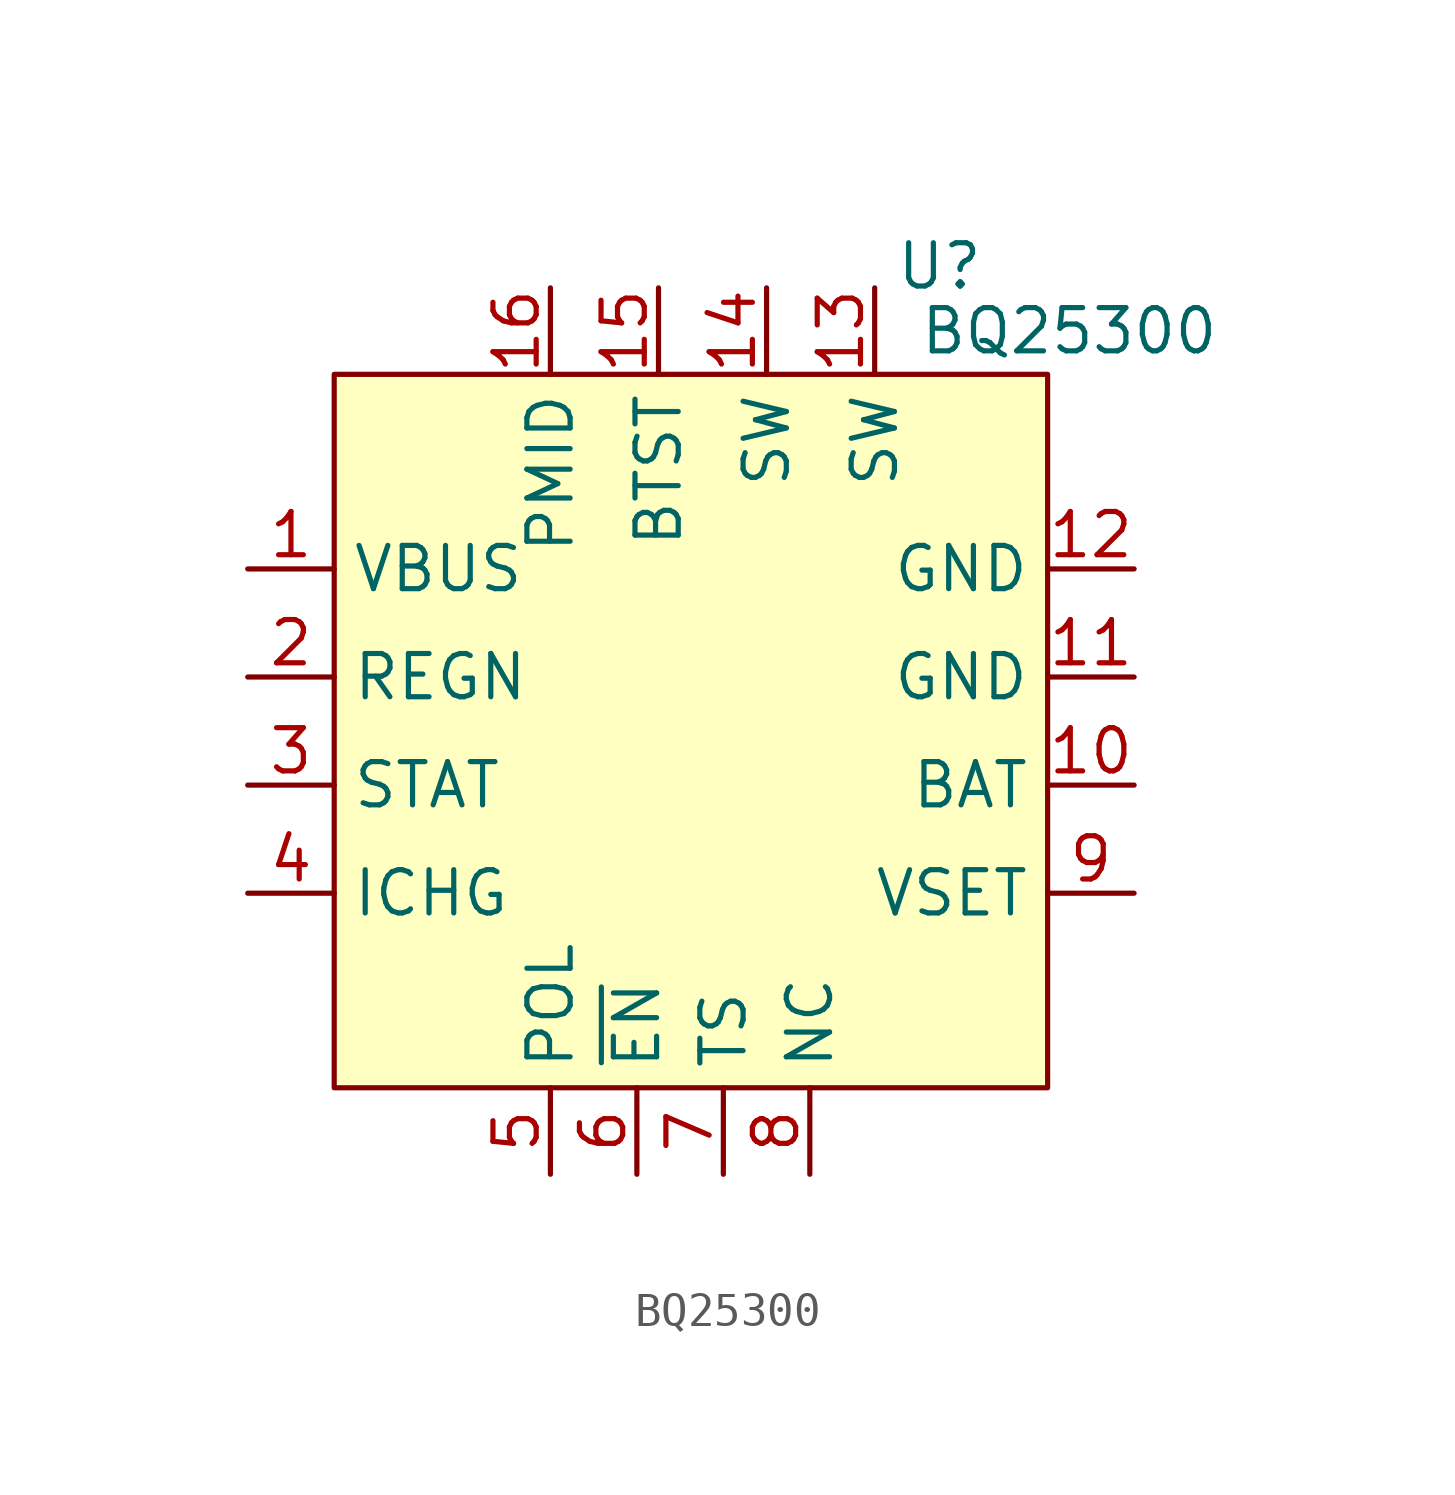
<source format=kicad_sym>
(kicad_symbol_lib
  (version 20201005)
  (generator kicad_symbol_editor)
  (symbol "Custom:BQ25300"
    (property "Reference" "U"
      (at 6.985 18.415 0)
      (effects (font (size 1.27 1.27))))
    (property "Value" "BQ25300"
      (at 10.795 16.51 0)
      (effects (font (size 1.27 1.27))))
    (symbol "BQ25300_0_1"
      (rectangle (start -10.795 15.24) (end 10.16 -5.715) (stroke (width 0.152)) (fill (type background))))
    (symbol "BQ25300_1_1"
      (pin power_in line (at -13.335 9.525 0) (length 2.54) (name "VBUS" (effects (font (size 1.27 1.27)))) (number "1" (effects (font (size 1.27 1.27)))))
      (pin input line (at 12.7 3.175 180) (length 2.54) (name "BAT" (effects (font (size 1.27 1.27)))) (number "10" (effects (font (size 1.27 1.27)))))
      (pin power_out line (at 12.7 6.35 180) (length 2.54) (name "GND" (effects (font (size 1.27 1.27)))) (number "11" (effects (font (size 1.27 1.27)))))
      (pin power_out line (at 12.7 9.525 180) (length 2.54) (name "GND" (effects (font (size 1.27 1.27)))) (number "12" (effects (font (size 1.27 1.27)))))
      (pin power_out line (at 5.08 17.78 270) (length 2.54) (name "SW" (effects (font (size 1.27 1.27)))) (number "13" (effects (font (size 1.27 1.27)))))
      (pin power_out line (at 1.905 17.78 270) (length 2.54) (name "SW" (effects (font (size 1.27 1.27)))) (number "14" (effects (font (size 1.27 1.27)))))
      (pin input line (at -1.27 17.78 270) (length 2.54) (name "BTST" (effects (font (size 1.27 1.27)))) (number "15" (effects (font (size 1.27 1.27)))))
      (pin input line (at -4.445 17.78 270) (length 2.54) (name "PMID" (effects (font (size 1.27 1.27)))) (number "16" (effects (font (size 1.27 1.27)))))
      (pin power_out line (at 12.7 6.35 180) (length 2.54) hide (name "Thermal_Pad" (effects (font (size 1.27 1.27)))) (number "17" (effects (font (size 1.27 1.27)))))
      (pin input line (at -13.335 6.35 0) (length 2.54) (name "REGN" (effects (font (size 1.27 1.27)))) (number "2" (effects (font (size 1.27 1.27)))))
      (pin input line (at -13.335 3.175 0) (length 2.54) (name "STAT" (effects (font (size 1.27 1.27)))) (number "3" (effects (font (size 1.27 1.27)))))
      (pin input line (at -13.335 0 0) (length 2.54) (name "ICHG" (effects (font (size 1.27 1.27)))) (number "4" (effects (font (size 1.27 1.27)))))
      (pin input line (at -4.445 -8.255 90) (length 2.54) (name "POL" (effects (font (size 1.27 1.27)))) (number "5" (effects (font (size 1.27 1.27)))))
      (pin input line (at -1.905 -8.255 90) (length 2.54) (name "~EN" (effects (font (size 1.27 1.27)))) (number "6" (effects (font (size 1.27 1.27)))))
      (pin input line (at 0.635 -8.255 90) (length 2.54) (name "TS" (effects (font (size 1.27 1.27)))) (number "7" (effects (font (size 1.27 1.27)))))
      (pin input line (at 3.175 -8.255 90) (length 2.54) (name "NC" (effects (font (size 1.27 1.27)))) (number "8" (effects (font (size 1.27 1.27)))))
      (pin input line (at 12.7 0 180) (length 2.54) (name "VSET" (effects (font (size 1.27 1.27)))) (number "9" (effects (font (size 1.27 1.27))))))))
</source>
